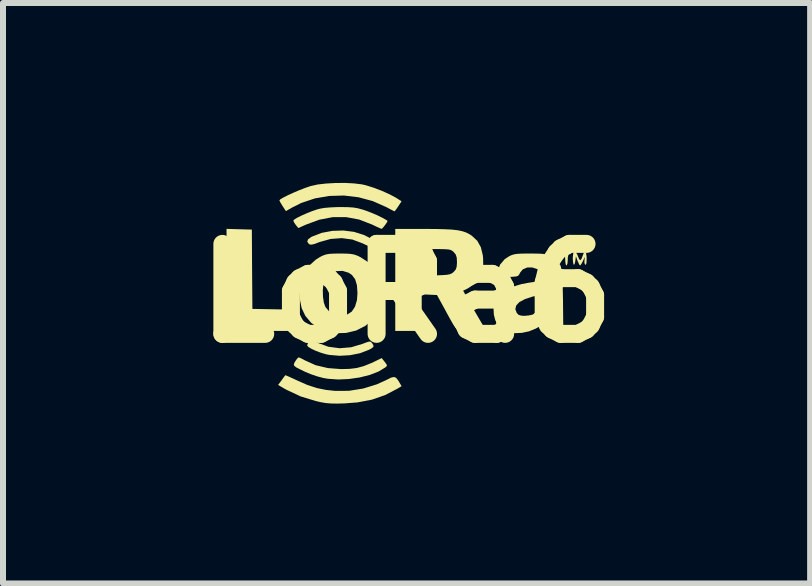
<source format=kicad_pcb>
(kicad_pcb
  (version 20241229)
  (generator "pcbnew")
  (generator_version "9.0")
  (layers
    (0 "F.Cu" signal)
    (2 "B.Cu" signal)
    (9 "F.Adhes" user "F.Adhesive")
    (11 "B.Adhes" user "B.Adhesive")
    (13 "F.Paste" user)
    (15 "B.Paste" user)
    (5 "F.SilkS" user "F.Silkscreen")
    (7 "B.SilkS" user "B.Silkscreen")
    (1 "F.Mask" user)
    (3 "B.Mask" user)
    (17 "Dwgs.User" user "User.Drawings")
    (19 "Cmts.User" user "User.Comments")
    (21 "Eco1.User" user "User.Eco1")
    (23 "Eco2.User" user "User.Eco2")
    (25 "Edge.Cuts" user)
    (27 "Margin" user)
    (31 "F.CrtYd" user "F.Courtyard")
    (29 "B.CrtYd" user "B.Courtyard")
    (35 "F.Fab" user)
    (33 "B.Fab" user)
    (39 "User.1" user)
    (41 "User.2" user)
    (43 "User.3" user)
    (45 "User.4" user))
  (footprint "LoRa6"
    (layer "F.Cu")
    (at 3.729 1.838)
    (property "Reference" "LoRa6" (at 0 0 0) (layer "F.SilkS") (effects (font (size 1.5 1.5) (thickness 0.3))))
    (attr board_only exclude_from_pos_files exclude_from_bom)
    (fp_poly (pts (xy -2.791 -1.066) (xy -2.58 -1.06) (xy -2.576 -0.399) (xy -2.571 0.262) (xy -2.241 0.268) (xy -1.91 0.274) (xy -1.91 0.452) (xy -1.91 0.63) (xy -2.456 0.63) (xy -3.002 0.63) (xy -3.002 -0.221) (xy -3.002 -1.072)) (stroke (width 0) (type solid)) (fill yes) (layer "F.SilkS"))
    (fp_poly (pts (xy 2.711 -0.689) (xy 2.745 -0.678) (xy 2.75 -0.672) (xy 2.733 -0.653) (xy 2.718 -0.651) (xy 2.698 -0.638) (xy 2.688 -0.596) (xy 2.687 -0.556) (xy 2.683 -0.5) (xy 2.672 -0.466) (xy 2.666 -0.462) (xy 2.653 -0.481) (xy 2.646 -0.528) (xy 2.645 -0.556) (xy 2.641 -0.619) (xy 2.626 -0.648) (xy 2.615 -0.651) (xy 2.579 -0.664) (xy 2.571 -0.672) (xy 2.581 -0.685) (xy 2.627 -0.692) (xy 2.654 -0.693)) (stroke (width 0) (type solid)) (fill yes) (layer "F.SilkS"))
    (fp_poly (pts (xy -0.876 -1.022) (xy -0.713 -0.971) (xy -0.634 -0.932) (xy -0.581 -0.899) (xy -0.559 -0.876) (xy -0.561 -0.853) (xy -0.572 -0.834) (xy -0.599 -0.801) (xy -0.627 -0.789) (xy -0.668 -0.799) (xy -0.733 -0.83) (xy -0.735 -0.831) (xy -0.903 -0.894) (xy -1.082 -0.918) (xy -1.267 -0.904) (xy -1.453 -0.852) (xy -1.459 -0.849) (xy -1.537 -0.82) (xy -1.586 -0.809) (xy -1.617 -0.813) (xy -1.628 -0.819) (xy -1.656 -0.858) (xy -1.644 -0.896) (xy -1.591 -0.936) (xy -1.575 -0.944) (xy -1.414 -1.006) (xy -1.237 -1.039) (xy -1.054 -1.045)) (stroke (width 0) (type solid)) (fill yes) (layer "F.SilkS"))
    (fp_poly (pts (xy -1.555 0.794) (xy -1.494 0.823) (xy -1.488 0.826) (xy -1.305 0.893) (xy -1.116 0.918) (xy -0.925 0.902) (xy -0.74 0.847) (xy -0.669 0.82) (xy -0.626 0.807) (xy -0.601 0.809) (xy -0.583 0.824) (xy -0.576 0.832) (xy -0.553 0.869) (xy -0.554 0.895) (xy -0.585 0.921) (xy -0.632 0.946) (xy -0.776 1.001) (xy -0.942 1.034) (xy -1.116 1.044) (xy -1.283 1.03) (xy -1.341 1.019) (xy -1.426 0.994) (xy -1.51 0.963) (xy -1.583 0.929) (xy -1.636 0.898) (xy -1.658 0.874) (xy -1.658 0.872) (xy -1.647 0.837) (xy -1.63 0.809) (xy -1.612 0.789) (xy -1.591 0.783)) (stroke (width 0) (type solid)) (fill yes) (layer "F.SilkS"))
    (fp_poly (pts (xy -2.004 1.374) (xy -1.955 1.395) (xy -1.885 1.427) (xy -1.823 1.456) (xy -1.655 1.53) (xy -1.5 1.581) (xy -1.342 1.613) (xy -1.195 1.629) (xy -0.962 1.628) (xy -0.724 1.59) (xy -0.494 1.519) (xy -0.334 1.446) (xy -0.261 1.409) (xy -0.211 1.397) (xy -0.175 1.411) (xy -0.141 1.453) (xy -0.121 1.487) (xy -0.084 1.55) (xy -0.154 1.593) (xy -0.358 1.699) (xy -0.577 1.775) (xy -0.817 1.821) (xy -1.039 1.838) (xy -1.165 1.841) (xy -1.262 1.839) (xy -1.346 1.832) (xy -1.429 1.818) (xy -1.511 1.799) (xy -1.767 1.721) (xy -2.004 1.61) (xy -2.052 1.583) (xy -2.142 1.53) (xy -2.085 1.453) (xy -2.05 1.405) (xy -2.027 1.374) (xy -2.023 1.368)) (stroke (width 0) (type solid)) (fill yes) (layer "F.SilkS"))
    (fp_poly (pts (xy -1.772 1.08) (xy -1.723 1.105) (xy -1.694 1.121) (xy -1.516 1.201) (xy -1.312 1.249) (xy -1.092 1.266) (xy -0.949 1.262) (xy -0.829 1.247) (xy -0.715 1.216) (xy -0.59 1.166) (xy -0.528 1.137) (xy -0.415 1.082) (xy -0.365 1.145) (xy -0.334 1.187) (xy -0.328 1.211) (xy -0.346 1.231) (xy -0.352 1.236) (xy -0.467 1.306) (xy -0.614 1.363) (xy -0.781 1.405) (xy -0.96 1.431) (xy -1.14 1.439) (xy -1.312 1.427) (xy -1.384 1.415) (xy -1.487 1.388) (xy -1.601 1.349) (xy -1.689 1.312) (xy -1.78 1.268) (xy -1.84 1.237) (xy -1.871 1.213) (xy -1.881 1.192) (xy -1.873 1.166) (xy -1.856 1.136) (xy -1.826 1.093) (xy -1.802 1.071) (xy -1.799 1.071)) (stroke (width 0) (type solid)) (fill yes) (layer "F.SilkS"))
    (fp_poly (pts (xy 2.821 -0.685) (xy 2.848 -0.639) (xy 2.855 -0.619) (xy 2.878 -0.564) (xy 2.899 -0.55) (xy 2.919 -0.578) (xy 2.931 -0.612) (xy 2.954 -0.671) (xy 2.975 -0.689) (xy 2.992 -0.668) (xy 3.001 -0.61) (xy 3.002 -0.578) (xy 2.999 -0.506) (xy 2.989 -0.474) (xy 2.979 -0.474) (xy 2.965 -0.503) (xy 2.966 -0.553) (xy 2.966 -0.554) (xy 2.972 -0.593) (xy 2.969 -0.598) (xy 2.954 -0.567) (xy 2.942 -0.541) (xy 2.917 -0.492) (xy 2.897 -0.464) (xy 2.893 -0.462) (xy 2.877 -0.48) (xy 2.857 -0.524) (xy 2.851 -0.539) (xy 2.823 -0.616) (xy 2.813 -0.537) (xy 2.803 -0.491) (xy 2.79 -0.472) (xy 2.787 -0.474) (xy 2.777 -0.503) (xy 2.772 -0.558) (xy 2.771 -0.591) (xy 2.778 -0.66) (xy 2.796 -0.692)) (stroke (width 0) (type solid)) (fill yes) (layer "F.SilkS"))
    (fp_poly (pts (xy -0.975 -1.434) (xy -0.886 -1.428) (xy -0.811 -1.415) (xy -0.734 -1.394) (xy -0.682 -1.377) (xy -0.587 -1.341) (xy -0.489 -1.299) (xy -0.402 -1.256) (xy -0.336 -1.219) (xy -0.318 -1.206) (xy -0.324 -1.187) (xy -0.348 -1.151) (xy -0.378 -1.111) (xy -0.406 -1.08) (xy -0.419 -1.072) (xy -0.442 -1.082) (xy -0.493 -1.105) (xy -0.561 -1.137) (xy -0.577 -1.145) (xy -0.792 -1.228) (xy -1.009 -1.268) (xy -1.23 -1.268) (xy -1.454 -1.225) (xy -1.675 -1.144) (xy -1.805 -1.086) (xy -1.846 -1.136) (xy -1.876 -1.179) (xy -1.889 -1.209) (xy -1.871 -1.229) (xy -1.822 -1.259) (xy -1.751 -1.294) (xy -1.668 -1.331) (xy -1.58 -1.366) (xy -1.496 -1.395) (xy -1.448 -1.408) (xy -1.376 -1.421) (xy -1.275 -1.43) (xy -1.16 -1.435) (xy -1.092 -1.436)) (stroke (width 0) (type solid)) (fill yes) (layer "F.SilkS"))
    (fp_poly (pts (xy -0.875 -1.83) (xy -0.744 -1.814) (xy -0.679 -1.799) (xy -0.545 -1.757) (xy -0.407 -1.704) (xy -0.281 -1.647) (xy -0.18 -1.593) (xy -0.173 -1.589) (xy -0.084 -1.532) (xy -0.139 -1.448) (xy -0.173 -1.399) (xy -0.196 -1.369) (xy -0.201 -1.364) (xy -0.222 -1.374) (xy -0.269 -1.398) (xy -0.334 -1.433) (xy -0.34 -1.436) (xy -0.564 -1.535) (xy -0.801 -1.599) (xy -1.045 -1.628) (xy -1.29 -1.621) (xy -1.529 -1.58) (xy -1.756 -1.504) (xy -1.914 -1.425) (xy -2.012 -1.368) (xy -2.066 -1.45) (xy -2.098 -1.502) (xy -2.118 -1.54) (xy -2.12 -1.549) (xy -2.102 -1.567) (xy -2.052 -1.596) (xy -1.979 -1.633) (xy -1.891 -1.673) (xy -1.796 -1.714) (xy -1.701 -1.751) (xy -1.615 -1.781) (xy -1.595 -1.787) (xy -1.483 -1.812) (xy -1.343 -1.828) (xy -1.186 -1.837) (xy -1.026 -1.838)) (stroke (width 0) (type solid)) (fill yes) (layer "F.SilkS"))
    (fp_poly (pts (xy -1.009 -0.66) (xy -0.935 -0.655) (xy -0.877 -0.645) (xy -0.825 -0.627) (xy -0.772 -0.602) (xy -0.639 -0.516) (xy -0.539 -0.405) (xy -0.472 -0.267) (xy -0.437 -0.104) (xy -0.432 -0.000001) (xy -0.448 0.175) (xy -0.494 0.322) (xy -0.572 0.444) (xy -0.684 0.542) (xy -0.689 0.546) (xy -0.842 0.623) (xy -1.009 0.663) (xy -1.184 0.668) (xy -1.324 0.643) (xy -1.468 0.584) (xy -1.591 0.494) (xy -1.688 0.379) (xy -1.75 0.249) (xy -1.775 0.126) (xy -1.783 -0.015) (xy -1.78 -0.047) (xy -1.397 -0.047) (xy -1.394 0.059) (xy -1.38 0.156) (xy -1.354 0.229) (xy -1.353 0.231) (xy -1.284 0.312) (xy -1.192 0.361) (xy -1.087 0.374) (xy -0.989 0.355) (xy -0.914 0.307) (xy -0.86 0.225) (xy -0.827 0.113) (xy -0.819 -0.002) (xy -0.828 -0.133) (xy -0.858 -0.232) (xy -0.911 -0.303) (xy -0.967 -0.341) (xy -1.069 -0.372) (xy -1.172 -0.367) (xy -1.265 -0.329) (xy -1.339 -0.26) (xy -1.364 -0.22) (xy -1.387 -0.145) (xy -1.397 -0.047) (xy -1.78 -0.047) (xy -1.772 -0.155) (xy -1.753 -0.245) (xy -1.701 -0.357) (xy -1.618 -0.465) (xy -1.515 -0.558) (xy -1.441 -0.605) (xy -1.387 -0.631) (xy -1.338 -0.647) (xy -1.282 -0.656) (xy -1.206 -0.66) (xy -1.113 -0.661)) (stroke (width 0) (type solid)) (fill yes) (layer "F.SilkS"))
    (fp_poly (pts (xy 0.487 -1.07) (xy 0.637 -1.066) (xy 0.757 -1.06) (xy 0.853 -1.049) (xy 0.929 -1.033) (xy 0.992 -1.012) (xy 1.047 -0.984) (xy 1.087 -0.958) (xy 1.178 -0.874) (xy 1.238 -0.766) (xy 1.271 -0.631) (xy 1.276 -0.577) (xy 1.277 -0.474) (xy 1.269 -0.386) (xy 1.26 -0.347) (xy 1.209 -0.248) (xy 1.129 -0.156) (xy 1.033 -0.087) (xy 1.025 -0.082) (xy 0.943 -0.041) (xy 1.022 0.1) (xy 1.069 0.183) (xy 1.127 0.286) (xy 1.187 0.389) (xy 1.211 0.43) (xy 1.322 0.619) (xy 1.086 0.625) (xy 0.999 0.629) (xy 0.934 0.629) (xy 0.885 0.623) (xy 0.847 0.606) (xy 0.812 0.573) (xy 0.775 0.518) (xy 0.73 0.439) (xy 0.67 0.33) (xy 0.651 0.294) (xy 0.507 0.031) (xy 0.379 0.025) (xy 0.252 0.019) (xy 0.252 0.324) (xy 0.252 0.63) (xy 0.031 0.63) (xy -0.189 0.63) (xy -0.189 -0.22) (xy -0.189 -0.512) (xy 0.252 -0.512) (xy 0.252 -0.29) (xy 0.492 -0.297) (xy 0.597 -0.301) (xy 0.669 -0.306) (xy 0.718 -0.315) (xy 0.751 -0.328) (xy 0.778 -0.348) (xy 0.786 -0.355) (xy 0.819 -0.394) (xy 0.835 -0.44) (xy 0.84 -0.51) (xy 0.84 -0.519) (xy 0.836 -0.593) (xy 0.82 -0.643) (xy 0.788 -0.683) (xy 0.763 -0.705) (xy 0.736 -0.72) (xy 0.698 -0.729) (xy 0.641 -0.733) (xy 0.554 -0.735) (xy 0.494 -0.735) (xy 0.252 -0.735) (xy 0.252 -0.512) (xy -0.189 -0.512) (xy -0.189 -1.071) (xy 0.3 -1.071)) (stroke (width 0) (type solid)) (fill yes) (layer "F.SilkS"))
    (fp_poly (pts (xy 2.171 -0.66) (xy 2.253 -0.657) (xy 2.311 -0.65) (xy 2.357 -0.638) (xy 2.398 -0.619) (xy 2.407 -0.615) (xy 2.505 -0.546) (xy 2.565 -0.463) (xy 2.591 -0.371) (xy 2.595 -0.324) (xy 2.599 -0.243) (xy 2.602 -0.135) (xy 2.605 -0.008) (xy 2.608 0.13) (xy 2.608 0.173) (xy 2.613 0.63) (xy 2.44 0.63) (xy 2.355 0.629) (xy 2.304 0.626) (xy 2.278 0.617) (xy 2.268 0.601) (xy 2.267 0.579) (xy 2.267 0.529) (xy 2.15 0.592) (xy 2.04 0.637) (xy 1.919 0.662) (xy 1.802 0.667) (xy 1.715 0.652) (xy 1.631 0.611) (xy 1.553 0.549) (xy 1.493 0.479) (xy 1.478 0.449) (xy 1.455 0.359) (xy 1.45 0.267) (xy 1.813 0.267) (xy 1.836 0.328) (xy 1.867 0.361) (xy 1.913 0.375) (xy 1.962 0.378) (xy 2.033 0.372) (xy 2.095 0.359) (xy 2.108 0.354) (xy 2.162 0.308) (xy 2.203 0.233) (xy 2.224 0.141) (xy 2.225 0.109) (xy 2.225 0.025) (xy 2.104 0.056) (xy 1.973 0.099) (xy 1.88 0.149) (xy 1.827 0.206) (xy 1.813 0.267) (xy 1.45 0.267) (xy 1.45 0.254) (xy 1.463 0.158) (xy 1.471 0.133) (xy 1.527 0.041) (xy 1.622 -0.037) (xy 1.751 -0.102) (xy 1.914 -0.151) (xy 2.036 -0.174) (xy 2.215 -0.201) (xy 2.221 -0.288) (xy 2.221 -0.348) (xy 2.206 -0.382) (xy 2.182 -0.4) (xy 2.094 -0.429) (xy 2.01 -0.428) (xy 1.939 -0.398) (xy 1.892 -0.342) (xy 1.889 -0.336) (xy 1.875 -0.307) (xy 1.856 -0.288) (xy 1.823 -0.278) (xy 1.766 -0.273) (xy 1.686 -0.269) (xy 1.605 -0.267) (xy 1.541 -0.266) (xy 1.506 -0.268) (xy 1.502 -0.269) (xy 1.502 -0.291) (xy 1.51 -0.34) (xy 1.515 -0.361) (xy 1.559 -0.477) (xy 1.636 -0.567) (xy 1.707 -0.614) (xy 1.749 -0.634) (xy 1.793 -0.648) (xy 1.848 -0.656) (xy 1.925 -0.66) (xy 2.031 -0.661) (xy 2.057 -0.661)) (stroke (width 0) (type solid)) (fill yes) (layer "F.SilkS")))
  (gr_rect
    (start -3 -3)
    (end 10.457 6.678)
    (stroke (width 0.1) (type default))
    (fill no)
    (layer "Edge.Cuts")))
</source>
